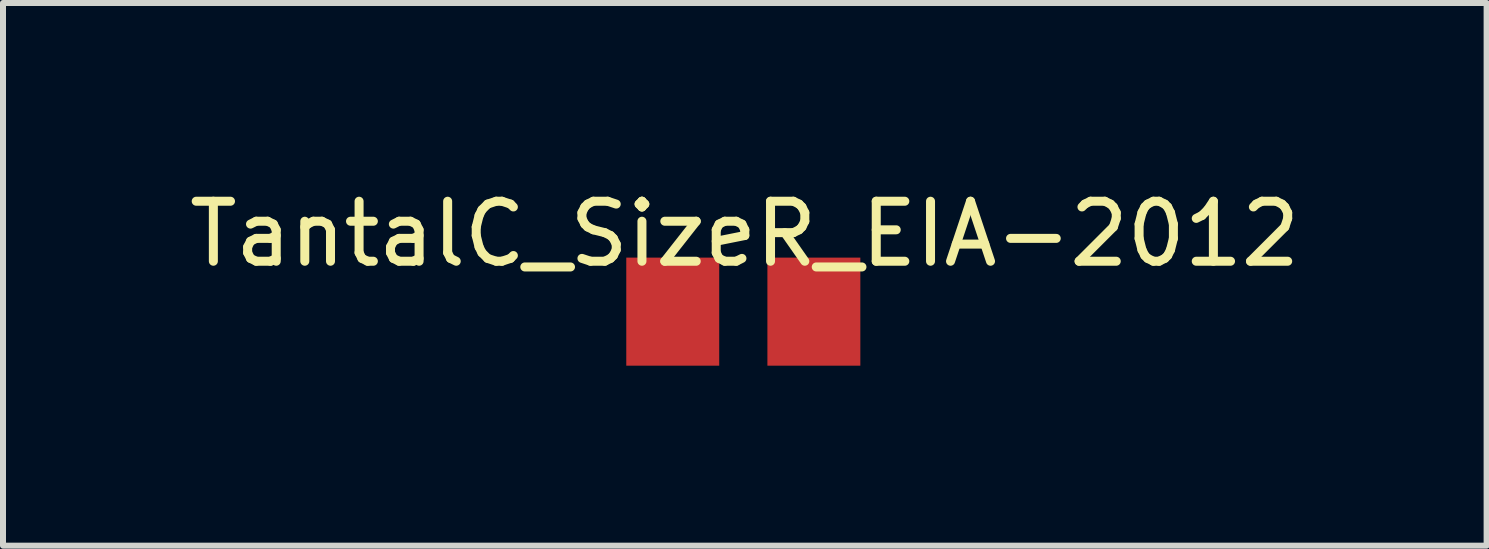
<source format=kicad_pcb>
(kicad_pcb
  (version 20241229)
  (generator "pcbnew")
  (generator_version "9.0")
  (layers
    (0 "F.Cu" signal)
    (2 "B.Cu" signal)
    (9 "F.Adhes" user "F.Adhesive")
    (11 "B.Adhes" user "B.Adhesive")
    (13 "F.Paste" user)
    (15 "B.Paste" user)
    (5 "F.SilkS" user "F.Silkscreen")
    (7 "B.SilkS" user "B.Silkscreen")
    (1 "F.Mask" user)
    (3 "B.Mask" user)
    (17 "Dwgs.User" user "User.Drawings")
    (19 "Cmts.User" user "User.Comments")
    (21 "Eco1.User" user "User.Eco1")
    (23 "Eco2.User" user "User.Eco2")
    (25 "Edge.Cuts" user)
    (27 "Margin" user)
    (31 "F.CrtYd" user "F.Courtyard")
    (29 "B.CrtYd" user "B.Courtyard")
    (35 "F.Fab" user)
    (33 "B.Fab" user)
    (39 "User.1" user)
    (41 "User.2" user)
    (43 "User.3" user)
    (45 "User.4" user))
  (footprint "TantalC_SizeR_EIA-2012"
    (layer "F.Cu")
    (at 9.338 2.144)
    (property "Reference" "TantalC_SizeR_EIA-2012" (at 0.025 -1.295 0) (layer "F.SilkS") (effects (font (size 1 1) (thickness 0.15))))
    (attr through_hole)
    (pad "1" smd rect (at 1.176 0) (size 1.549 1.801) (layers "F.Cu" "F.Mask" "F.Paste"))
    (pad "2" smd rect (at -1.176 0) (size 1.549 1.801) (layers "F.Cu" "F.Mask" "F.Paste")))
  (gr_rect
    (start -3 -3)
    (end 21.726 6.044)
    (stroke (width 0.1) (type default))
    (fill no)
    (layer "Edge.Cuts")))
</source>
